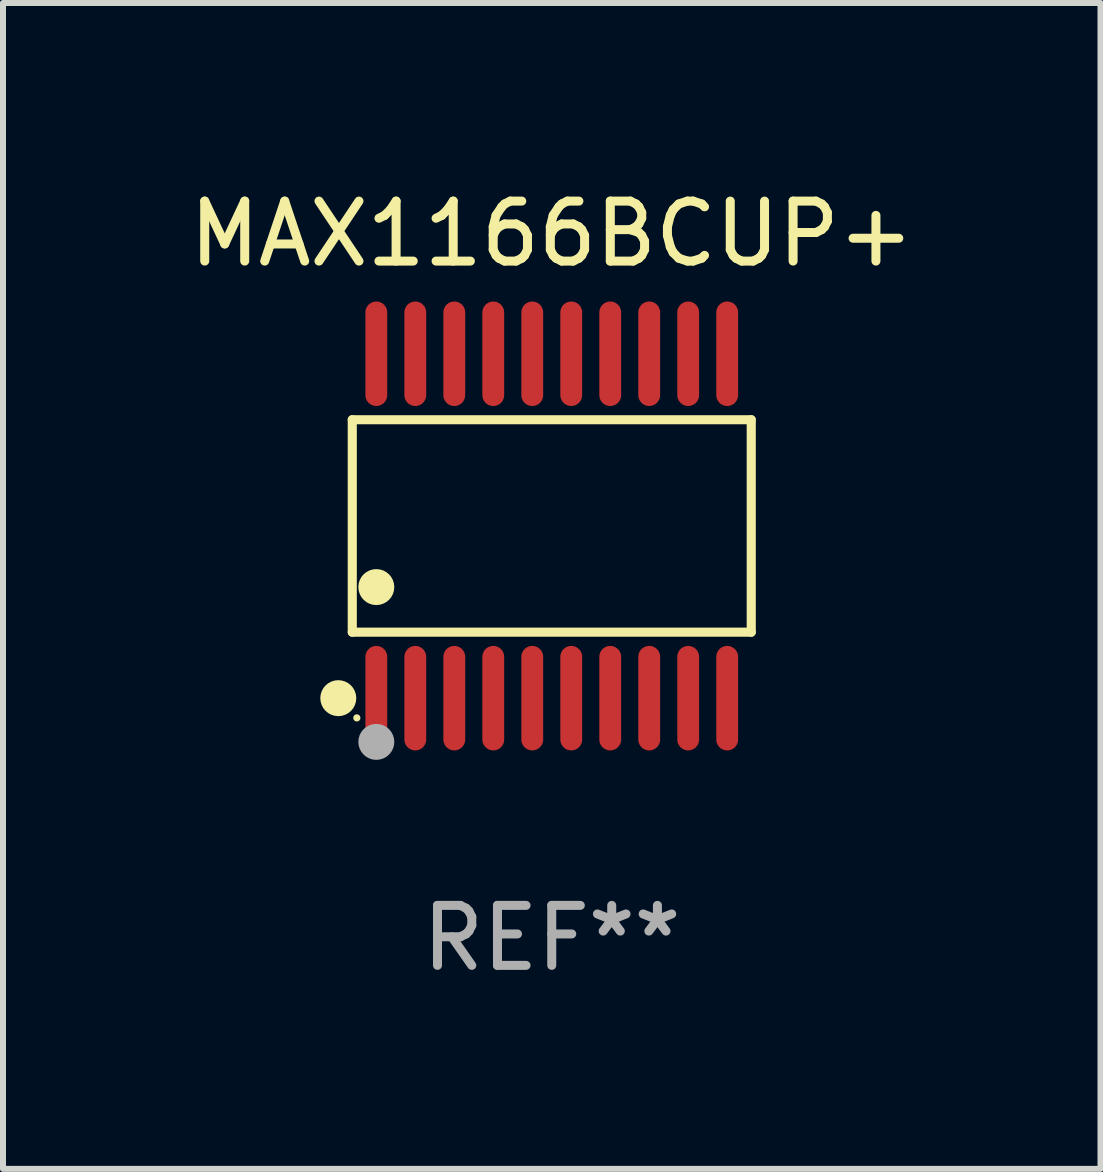
<source format=kicad_pcb>
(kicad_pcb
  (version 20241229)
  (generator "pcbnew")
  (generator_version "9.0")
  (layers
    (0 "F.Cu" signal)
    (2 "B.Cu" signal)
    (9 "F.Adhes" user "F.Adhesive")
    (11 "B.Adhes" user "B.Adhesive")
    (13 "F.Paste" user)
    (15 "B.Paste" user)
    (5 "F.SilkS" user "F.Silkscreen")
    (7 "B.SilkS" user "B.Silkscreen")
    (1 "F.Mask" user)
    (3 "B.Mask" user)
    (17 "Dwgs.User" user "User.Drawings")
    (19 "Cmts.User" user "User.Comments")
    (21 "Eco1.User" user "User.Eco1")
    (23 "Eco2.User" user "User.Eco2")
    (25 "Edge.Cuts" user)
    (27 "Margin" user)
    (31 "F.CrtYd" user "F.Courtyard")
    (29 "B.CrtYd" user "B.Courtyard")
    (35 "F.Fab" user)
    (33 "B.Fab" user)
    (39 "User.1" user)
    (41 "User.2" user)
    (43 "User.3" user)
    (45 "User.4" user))
  (footprint "MAX1166BCUP+"
    (layer "F.Cu")
    (at 6.149 5.719)
    (property "Reference" "MAX1166BCUP+" (at 0 -4.871 0) (layer "F.SilkS") (effects (font (size 1 1) (thickness 0.15))))
    (attr through_hole)
    (fp_line (start -3.326 -1.771) (end 3.326 -1.771) (stroke (width 0.152) (type solid)) (layer "F.SilkS"))
    (fp_line (start -3.326 1.771) (end -3.326 -1.771) (stroke (width 0.152) (type solid)) (layer "F.SilkS"))
    (fp_line (start 3.326 -1.771) (end 3.326 1.771) (stroke (width 0.152) (type solid)) (layer "F.SilkS"))
    (fp_line (start 3.326 1.771) (end -3.326 1.771) (stroke (width 0.152) (type solid)) (layer "F.SilkS"))
    (fp_circle (center -3.559 2.871) (end -3.409 2.871) (stroke (width 0.3) (type solid)) (fill no) (layer "F.SilkS"))
    (fp_circle (center -3.25 3.2) (end -3.22 3.2) (stroke (width 0.06) (type solid)) (fill no) (layer "F.SilkS"))
    (fp_circle (center -2.925 1.019) (end -2.775 1.019) (stroke (width 0.3) (type solid)) (fill no) (layer "F.SilkS"))
    (fp_circle (center -2.925 3.6) (end -2.775 3.6) (stroke (width 0.3) (type solid)) (fill no) (layer "F.Fab"))
    (fp_text user "REF**" (at 0 6.871 0) (layer "F.Fab") (effects (font (size 1 1) (thickness 0.15))))
    (pad "1" smd oval (at -2.925 2.871) (size 0.364 1.742) (layers "F.Cu" "F.Mask" "F.Paste"))
    (pad "2" smd oval (at -2.275 2.871) (size 0.364 1.742) (layers "F.Cu" "F.Mask" "F.Paste"))
    (pad "3" smd oval (at -1.625 2.871) (size 0.364 1.742) (layers "F.Cu" "F.Mask" "F.Paste"))
    (pad "4" smd oval (at -0.975 2.871) (size 0.364 1.742) (layers "F.Cu" "F.Mask" "F.Paste"))
    (pad "5" smd oval (at -0.325 2.871) (size 0.364 1.742) (layers "F.Cu" "F.Mask" "F.Paste"))
    (pad "6" smd oval (at 0.325 2.871) (size 0.364 1.742) (layers "F.Cu" "F.Mask" "F.Paste"))
    (pad "7" smd oval (at 0.975 2.871) (size 0.364 1.742) (layers "F.Cu" "F.Mask" "F.Paste"))
    (pad "8" smd oval (at 1.625 2.871) (size 0.364 1.742) (layers "F.Cu" "F.Mask" "F.Paste"))
    (pad "9" smd oval (at 2.275 2.871) (size 0.364 1.742) (layers "F.Cu" "F.Mask" "F.Paste"))
    (pad "10" smd oval (at 2.925 2.871) (size 0.364 1.742) (layers "F.Cu" "F.Mask" "F.Paste"))
    (pad "11" smd oval (at 2.925 -2.871) (size 0.364 1.742) (layers "F.Cu" "F.Mask" "F.Paste"))
    (pad "12" smd oval (at 2.275 -2.871) (size 0.364 1.742) (layers "F.Cu" "F.Mask" "F.Paste"))
    (pad "13" smd oval (at 1.625 -2.871) (size 0.364 1.742) (layers "F.Cu" "F.Mask" "F.Paste"))
    (pad "14" smd oval (at 0.975 -2.871) (size 0.364 1.742) (layers "F.Cu" "F.Mask" "F.Paste"))
    (pad "15" smd oval (at 0.325 -2.871) (size 0.364 1.742) (layers "F.Cu" "F.Mask" "F.Paste"))
    (pad "16" smd oval (at -0.325 -2.871) (size 0.364 1.742) (layers "F.Cu" "F.Mask" "F.Paste"))
    (pad "17" smd oval (at -0.975 -2.871) (size 0.364 1.742) (layers "F.Cu" "F.Mask" "F.Paste"))
    (pad "18" smd oval (at -1.625 -2.871) (size 0.364 1.742) (layers "F.Cu" "F.Mask" "F.Paste"))
    (pad "19" smd oval (at -2.275 -2.871) (size 0.364 1.742) (layers "F.Cu" "F.Mask" "F.Paste"))
    (pad "20" smd oval (at -2.925 -2.871) (size 0.364 1.742) (layers "F.Cu" "F.Mask" "F.Paste")))
  (gr_rect
    (start -3 -3)
    (end 15.298 16.438)
    (stroke (width 0.1) (type default))
    (fill no)
    (layer "Edge.Cuts")))
</source>
